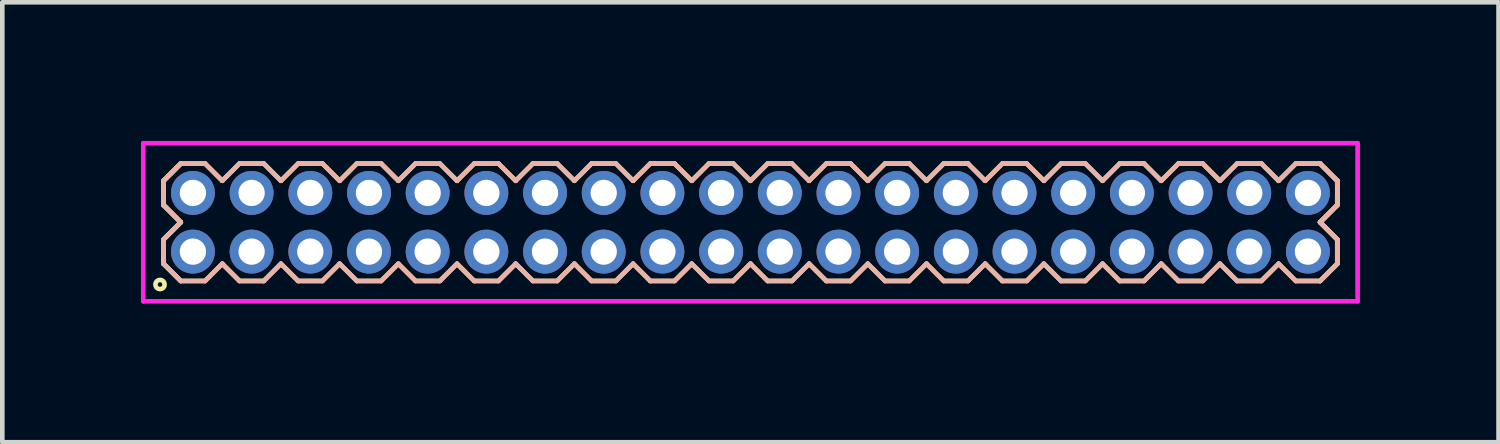
<source format=kicad_pcb>
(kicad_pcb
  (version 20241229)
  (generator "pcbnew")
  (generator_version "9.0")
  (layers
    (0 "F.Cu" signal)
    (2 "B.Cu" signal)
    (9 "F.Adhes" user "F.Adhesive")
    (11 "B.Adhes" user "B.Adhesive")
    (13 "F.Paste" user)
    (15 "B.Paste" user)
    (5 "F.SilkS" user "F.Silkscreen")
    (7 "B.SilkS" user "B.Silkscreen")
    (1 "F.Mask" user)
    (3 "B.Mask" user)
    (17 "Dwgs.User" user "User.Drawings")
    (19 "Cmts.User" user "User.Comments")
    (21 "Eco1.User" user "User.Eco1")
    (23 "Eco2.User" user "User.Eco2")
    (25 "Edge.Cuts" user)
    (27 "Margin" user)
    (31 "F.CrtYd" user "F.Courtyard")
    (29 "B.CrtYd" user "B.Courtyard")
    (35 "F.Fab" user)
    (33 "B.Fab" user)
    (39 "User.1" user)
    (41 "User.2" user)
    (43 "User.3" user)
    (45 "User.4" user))
  (footprint "HDR127P20x2"
    (layer "F.Cu")
    (at 13.19 1.76)
    (property "Reference" "HDR127P20x2" (at 0 0 0) (layer "User.1") (effects (font (size 1 1) (thickness 0.1))))
    (attr through_hole)
    (fp_line (start -12.7 -0.898) (end -12.328 -1.27) (stroke (width 0.1) (type solid)) (layer "F.SilkS"))
    (fp_line (start -12.7 -0.898) (end -12.328 -1.27) (stroke (width 0.1) (type solid)) (layer "F.SilkS"))
    (fp_line (start -12.7 -0.372) (end -12.7 -0.898) (stroke (width 0.1) (type solid)) (layer "F.SilkS"))
    (fp_line (start -12.7 -0.372) (end -12.7 -0.898) (stroke (width 0.1) (type solid)) (layer "F.SilkS"))
    (fp_line (start -12.7 0.372) (end -12.328 0) (stroke (width 0.1) (type solid)) (layer "F.SilkS"))
    (fp_line (start -12.7 0.372) (end -12.328 0) (stroke (width 0.1) (type solid)) (layer "F.SilkS"))
    (fp_line (start -12.7 0.898) (end -12.7 0.372) (stroke (width 0.1) (type solid)) (layer "F.SilkS"))
    (fp_line (start -12.7 0.898) (end -12.7 0.372) (stroke (width 0.1) (type solid)) (layer "F.SilkS"))
    (fp_line (start -12.328 -1.27) (end -11.802 -1.27) (stroke (width 0.1) (type solid)) (layer "F.SilkS"))
    (fp_line (start -12.328 0) (end -12.7 -0.372) (stroke (width 0.1) (type solid)) (layer "F.SilkS"))
    (fp_line (start -12.328 0) (end -12.7 -0.372) (stroke (width 0.1) (type solid)) (layer "F.SilkS"))
    (fp_line (start -12.328 1.27) (end -12.7 0.898) (stroke (width 0.1) (type solid)) (layer "F.SilkS"))
    (fp_line (start -12.328 1.27) (end -12.7 0.898) (stroke (width 0.1) (type solid)) (layer "F.SilkS"))
    (fp_line (start -11.802 -1.27) (end -11.43 -0.898) (stroke (width 0.1) (type solid)) (layer "F.SilkS"))
    (fp_line (start -11.802 1.27) (end -12.328 1.27) (stroke (width 0.1) (type solid)) (layer "F.SilkS"))
    (fp_line (start -11.43 -0.898) (end -11.058 -1.27) (stroke (width 0.1) (type solid)) (layer "F.SilkS"))
    (fp_line (start -11.43 0.898) (end -11.802 1.27) (stroke (width 0.1) (type solid)) (layer "F.SilkS"))
    (fp_line (start -11.058 -1.27) (end -10.532 -1.27) (stroke (width 0.1) (type solid)) (layer "F.SilkS"))
    (fp_line (start -11.058 1.27) (end -11.43 0.898) (stroke (width 0.1) (type solid)) (layer "F.SilkS"))
    (fp_line (start -10.532 -1.27) (end -10.16 -0.898) (stroke (width 0.1) (type solid)) (layer "F.SilkS"))
    (fp_line (start -10.532 1.27) (end -11.058 1.27) (stroke (width 0.1) (type solid)) (layer "F.SilkS"))
    (fp_line (start -10.16 -0.898) (end -9.788 -1.27) (stroke (width 0.1) (type solid)) (layer "F.SilkS"))
    (fp_line (start -10.16 0.898) (end -10.532 1.27) (stroke (width 0.1) (type solid)) (layer "F.SilkS"))
    (fp_line (start -9.788 -1.27) (end -9.262 -1.27) (stroke (width 0.1) (type solid)) (layer "F.SilkS"))
    (fp_line (start -9.788 1.27) (end -10.16 0.898) (stroke (width 0.1) (type solid)) (layer "F.SilkS"))
    (fp_line (start -9.262 -1.27) (end -8.89 -0.898) (stroke (width 0.1) (type solid)) (layer "F.SilkS"))
    (fp_line (start -9.262 1.27) (end -9.788 1.27) (stroke (width 0.1) (type solid)) (layer "F.SilkS"))
    (fp_line (start -8.89 -0.898) (end -8.518 -1.27) (stroke (width 0.1) (type solid)) (layer "F.SilkS"))
    (fp_line (start -8.89 0.898) (end -9.262 1.27) (stroke (width 0.1) (type solid)) (layer "F.SilkS"))
    (fp_line (start -8.518 -1.27) (end -7.992 -1.27) (stroke (width 0.1) (type solid)) (layer "F.SilkS"))
    (fp_line (start -8.518 1.27) (end -8.89 0.898) (stroke (width 0.1) (type solid)) (layer "F.SilkS"))
    (fp_line (start -7.992 -1.27) (end -7.62 -0.898) (stroke (width 0.1) (type solid)) (layer "F.SilkS"))
    (fp_line (start -7.992 1.27) (end -8.518 1.27) (stroke (width 0.1) (type solid)) (layer "F.SilkS"))
    (fp_line (start -7.62 -0.898) (end -7.248 -1.27) (stroke (width 0.1) (type solid)) (layer "F.SilkS"))
    (fp_line (start -7.62 0.898) (end -7.992 1.27) (stroke (width 0.1) (type solid)) (layer "F.SilkS"))
    (fp_line (start -7.248 -1.27) (end -6.722 -1.27) (stroke (width 0.1) (type solid)) (layer "F.SilkS"))
    (fp_line (start -7.248 1.27) (end -7.62 0.898) (stroke (width 0.1) (type solid)) (layer "F.SilkS"))
    (fp_line (start -6.722 -1.27) (end -6.35 -0.898) (stroke (width 0.1) (type solid)) (layer "F.SilkS"))
    (fp_line (start -6.722 1.27) (end -7.248 1.27) (stroke (width 0.1) (type solid)) (layer "F.SilkS"))
    (fp_line (start -6.35 -0.898) (end -5.978 -1.27) (stroke (width 0.1) (type solid)) (layer "F.SilkS"))
    (fp_line (start -6.35 0.898) (end -6.722 1.27) (stroke (width 0.1) (type solid)) (layer "F.SilkS"))
    (fp_line (start -5.978 -1.27) (end -5.452 -1.27) (stroke (width 0.1) (type solid)) (layer "F.SilkS"))
    (fp_line (start -5.978 1.27) (end -6.35 0.898) (stroke (width 0.1) (type solid)) (layer "F.SilkS"))
    (fp_line (start -5.452 -1.27) (end -5.08 -0.898) (stroke (width 0.1) (type solid)) (layer "F.SilkS"))
    (fp_line (start -5.452 1.27) (end -5.978 1.27) (stroke (width 0.1) (type solid)) (layer "F.SilkS"))
    (fp_line (start -5.08 -0.898) (end -4.708 -1.27) (stroke (width 0.1) (type solid)) (layer "F.SilkS"))
    (fp_line (start -5.08 0.898) (end -5.452 1.27) (stroke (width 0.1) (type solid)) (layer "F.SilkS"))
    (fp_line (start -4.708 -1.27) (end -4.182 -1.27) (stroke (width 0.1) (type solid)) (layer "F.SilkS"))
    (fp_line (start -4.708 1.27) (end -5.08 0.898) (stroke (width 0.1) (type solid)) (layer "F.SilkS"))
    (fp_line (start -4.182 -1.27) (end -3.81 -0.898) (stroke (width 0.1) (type solid)) (layer "F.SilkS"))
    (fp_line (start -4.182 1.27) (end -4.708 1.27) (stroke (width 0.1) (type solid)) (layer "F.SilkS"))
    (fp_line (start -3.81 -0.898) (end -3.438 -1.27) (stroke (width 0.1) (type solid)) (layer "F.SilkS"))
    (fp_line (start -3.81 0.898) (end -4.182 1.27) (stroke (width 0.1) (type solid)) (layer "F.SilkS"))
    (fp_line (start -3.438 -1.27) (end -2.912 -1.27) (stroke (width 0.1) (type solid)) (layer "F.SilkS"))
    (fp_line (start -3.438 1.27) (end -3.81 0.898) (stroke (width 0.1) (type solid)) (layer "F.SilkS"))
    (fp_line (start -2.912 -1.27) (end -2.54 -0.898) (stroke (width 0.1) (type solid)) (layer "F.SilkS"))
    (fp_line (start -2.912 1.27) (end -3.438 1.27) (stroke (width 0.1) (type solid)) (layer "F.SilkS"))
    (fp_line (start -2.54 -0.898) (end -2.168 -1.27) (stroke (width 0.1) (type solid)) (layer "F.SilkS"))
    (fp_line (start -2.54 0.898) (end -2.912 1.27) (stroke (width 0.1) (type solid)) (layer "F.SilkS"))
    (fp_line (start -2.168 -1.27) (end -1.642 -1.27) (stroke (width 0.1) (type solid)) (layer "F.SilkS"))
    (fp_line (start -2.168 1.27) (end -2.54 0.898) (stroke (width 0.1) (type solid)) (layer "F.SilkS"))
    (fp_line (start -1.642 -1.27) (end -1.27 -0.898) (stroke (width 0.1) (type solid)) (layer "F.SilkS"))
    (fp_line (start -1.642 1.27) (end -2.168 1.27) (stroke (width 0.1) (type solid)) (layer "F.SilkS"))
    (fp_line (start -1.27 -0.898) (end -0.898 -1.27) (stroke (width 0.1) (type solid)) (layer "F.SilkS"))
    (fp_line (start -1.27 0.898) (end -1.642 1.27) (stroke (width 0.1) (type solid)) (layer "F.SilkS"))
    (fp_line (start -0.898 -1.27) (end -0.372 -1.27) (stroke (width 0.1) (type solid)) (layer "F.SilkS"))
    (fp_line (start -0.898 1.27) (end -1.27 0.898) (stroke (width 0.1) (type solid)) (layer "F.SilkS"))
    (fp_line (start -0.372 -1.27) (end 0 -0.898) (stroke (width 0.1) (type solid)) (layer "F.SilkS"))
    (fp_line (start -0.372 1.27) (end -0.898 1.27) (stroke (width 0.1) (type solid)) (layer "F.SilkS"))
    (fp_line (start 0 -0.898) (end 0.372 -1.27) (stroke (width 0.1) (type solid)) (layer "F.SilkS"))
    (fp_line (start 0 0.898) (end -0.372 1.27) (stroke (width 0.1) (type solid)) (layer "F.SilkS"))
    (fp_line (start 0.372 -1.27) (end 0.898 -1.27) (stroke (width 0.1) (type solid)) (layer "F.SilkS"))
    (fp_line (start 0.372 1.27) (end 0 0.898) (stroke (width 0.1) (type solid)) (layer "F.SilkS"))
    (fp_line (start 0.898 -1.27) (end 1.27 -0.898) (stroke (width 0.1) (type solid)) (layer "F.SilkS"))
    (fp_line (start 0.898 1.27) (end 0.372 1.27) (stroke (width 0.1) (type solid)) (layer "F.SilkS"))
    (fp_line (start 1.27 -0.898) (end 1.642 -1.27) (stroke (width 0.1) (type solid)) (layer "F.SilkS"))
    (fp_line (start 1.27 0.898) (end 0.898 1.27) (stroke (width 0.1) (type solid)) (layer "F.SilkS"))
    (fp_line (start 1.642 -1.27) (end 2.168 -1.27) (stroke (width 0.1) (type solid)) (layer "F.SilkS"))
    (fp_line (start 1.642 1.27) (end 1.27 0.898) (stroke (width 0.1) (type solid)) (layer "F.SilkS"))
    (fp_line (start 2.168 -1.27) (end 2.54 -0.898) (stroke (width 0.1) (type solid)) (layer "F.SilkS"))
    (fp_line (start 2.168 1.27) (end 1.642 1.27) (stroke (width 0.1) (type solid)) (layer "F.SilkS"))
    (fp_line (start 2.54 -0.898) (end 2.912 -1.27) (stroke (width 0.1) (type solid)) (layer "F.SilkS"))
    (fp_line (start 2.54 0.898) (end 2.168 1.27) (stroke (width 0.1) (type solid)) (layer "F.SilkS"))
    (fp_line (start 2.912 -1.27) (end 3.438 -1.27) (stroke (width 0.1) (type solid)) (layer "F.SilkS"))
    (fp_line (start 2.912 1.27) (end 2.54 0.898) (stroke (width 0.1) (type solid)) (layer "F.SilkS"))
    (fp_line (start 3.438 -1.27) (end 3.81 -0.898) (stroke (width 0.1) (type solid)) (layer "F.SilkS"))
    (fp_line (start 3.438 1.27) (end 2.912 1.27) (stroke (width 0.1) (type solid)) (layer "F.SilkS"))
    (fp_line (start 3.81 -0.898) (end 4.182 -1.27) (stroke (width 0.1) (type solid)) (layer "F.SilkS"))
    (fp_line (start 3.81 0.898) (end 3.438 1.27) (stroke (width 0.1) (type solid)) (layer "F.SilkS"))
    (fp_line (start 4.182 -1.27) (end 4.708 -1.27) (stroke (width 0.1) (type solid)) (layer "F.SilkS"))
    (fp_line (start 4.182 1.27) (end 3.81 0.898) (stroke (width 0.1) (type solid)) (layer "F.SilkS"))
    (fp_line (start 4.708 -1.27) (end 5.08 -0.898) (stroke (width 0.1) (type solid)) (layer "F.SilkS"))
    (fp_line (start 4.708 1.27) (end 4.182 1.27) (stroke (width 0.1) (type solid)) (layer "F.SilkS"))
    (fp_line (start 5.08 -0.898) (end 5.452 -1.27) (stroke (width 0.1) (type solid)) (layer "F.SilkS"))
    (fp_line (start 5.08 0.898) (end 4.708 1.27) (stroke (width 0.1) (type solid)) (layer "F.SilkS"))
    (fp_line (start 5.452 -1.27) (end 5.978 -1.27) (stroke (width 0.1) (type solid)) (layer "F.SilkS"))
    (fp_line (start 5.452 1.27) (end 5.08 0.898) (stroke (width 0.1) (type solid)) (layer "F.SilkS"))
    (fp_line (start 5.978 -1.27) (end 6.35 -0.898) (stroke (width 0.1) (type solid)) (layer "F.SilkS"))
    (fp_line (start 5.978 1.27) (end 5.452 1.27) (stroke (width 0.1) (type solid)) (layer "F.SilkS"))
    (fp_line (start 6.35 -0.898) (end 6.722 -1.27) (stroke (width 0.1) (type solid)) (layer "F.SilkS"))
    (fp_line (start 6.35 0.898) (end 5.978 1.27) (stroke (width 0.1) (type solid)) (layer "F.SilkS"))
    (fp_line (start 6.722 -1.27) (end 7.248 -1.27) (stroke (width 0.1) (type solid)) (layer "F.SilkS"))
    (fp_line (start 6.722 1.27) (end 6.35 0.898) (stroke (width 0.1) (type solid)) (layer "F.SilkS"))
    (fp_line (start 7.248 -1.27) (end 7.62 -0.898) (stroke (width 0.1) (type solid)) (layer "F.SilkS"))
    (fp_line (start 7.248 1.27) (end 6.722 1.27) (stroke (width 0.1) (type solid)) (layer "F.SilkS"))
    (fp_line (start 7.62 -0.898) (end 7.992 -1.27) (stroke (width 0.1) (type solid)) (layer "F.SilkS"))
    (fp_line (start 7.62 0.898) (end 7.248 1.27) (stroke (width 0.1) (type solid)) (layer "F.SilkS"))
    (fp_line (start 7.992 -1.27) (end 8.518 -1.27) (stroke (width 0.1) (type solid)) (layer "F.SilkS"))
    (fp_line (start 7.992 1.27) (end 7.62 0.898) (stroke (width 0.1) (type solid)) (layer "F.SilkS"))
    (fp_line (start 8.518 -1.27) (end 8.89 -0.898) (stroke (width 0.1) (type solid)) (layer "F.SilkS"))
    (fp_line (start 8.518 1.27) (end 7.992 1.27) (stroke (width 0.1) (type solid)) (layer "F.SilkS"))
    (fp_line (start 8.89 -0.898) (end 9.262 -1.27) (stroke (width 0.1) (type solid)) (layer "F.SilkS"))
    (fp_line (start 8.89 0.898) (end 8.518 1.27) (stroke (width 0.1) (type solid)) (layer "F.SilkS"))
    (fp_line (start 9.262 -1.27) (end 9.788 -1.27) (stroke (width 0.1) (type solid)) (layer "F.SilkS"))
    (fp_line (start 9.262 1.27) (end 8.89 0.898) (stroke (width 0.1) (type solid)) (layer "F.SilkS"))
    (fp_line (start 9.788 -1.27) (end 10.16 -0.898) (stroke (width 0.1) (type solid)) (layer "F.SilkS"))
    (fp_line (start 9.788 1.27) (end 9.262 1.27) (stroke (width 0.1) (type solid)) (layer "F.SilkS"))
    (fp_line (start 10.16 -0.898) (end 10.532 -1.27) (stroke (width 0.1) (type solid)) (layer "F.SilkS"))
    (fp_line (start 10.16 0.898) (end 9.788 1.27) (stroke (width 0.1) (type solid)) (layer "F.SilkS"))
    (fp_line (start 10.532 -1.27) (end 11.058 -1.27) (stroke (width 0.1) (type solid)) (layer "F.SilkS"))
    (fp_line (start 10.532 1.27) (end 10.16 0.898) (stroke (width 0.1) (type solid)) (layer "F.SilkS"))
    (fp_line (start 11.058 -1.27) (end 11.43 -0.898) (stroke (width 0.1) (type solid)) (layer "F.SilkS"))
    (fp_line (start 11.058 1.27) (end 10.532 1.27) (stroke (width 0.1) (type solid)) (layer "F.SilkS"))
    (fp_line (start 11.43 -0.898) (end 11.802 -1.27) (stroke (width 0.1) (type solid)) (layer "F.SilkS"))
    (fp_line (start 11.43 0.898) (end 11.058 1.27) (stroke (width 0.1) (type solid)) (layer "F.SilkS"))
    (fp_line (start 11.802 -1.27) (end 12.328 -1.27) (stroke (width 0.1) (type solid)) (layer "F.SilkS"))
    (fp_line (start 11.802 1.27) (end 11.43 0.898) (stroke (width 0.1) (type solid)) (layer "F.SilkS"))
    (fp_line (start 12.328 -1.27) (end 12.7 -0.898) (stroke (width 0.1) (type solid)) (layer "F.SilkS"))
    (fp_line (start 12.328 -1.27) (end 12.7 -0.898) (stroke (width 0.1) (type solid)) (layer "F.SilkS"))
    (fp_line (start 12.328 0) (end 12.7 0.372) (stroke (width 0.1) (type solid)) (layer "F.SilkS"))
    (fp_line (start 12.328 0) (end 12.7 0.372) (stroke (width 0.1) (type solid)) (layer "F.SilkS"))
    (fp_line (start 12.328 1.27) (end 11.802 1.27) (stroke (width 0.1) (type solid)) (layer "F.SilkS"))
    (fp_line (start 12.7 -0.898) (end 12.7 -0.372) (stroke (width 0.1) (type solid)) (layer "F.SilkS"))
    (fp_line (start 12.7 -0.898) (end 12.7 -0.372) (stroke (width 0.1) (type solid)) (layer "F.SilkS"))
    (fp_line (start 12.7 -0.372) (end 12.328 0) (stroke (width 0.1) (type solid)) (layer "F.SilkS"))
    (fp_line (start 12.7 -0.372) (end 12.328 0) (stroke (width 0.1) (type solid)) (layer "F.SilkS"))
    (fp_line (start 12.7 0.372) (end 12.7 0.898) (stroke (width 0.1) (type solid)) (layer "F.SilkS"))
    (fp_line (start 12.7 0.372) (end 12.7 0.898) (stroke (width 0.1) (type solid)) (layer "F.SilkS"))
    (fp_line (start 12.7 0.898) (end 12.328 1.27) (stroke (width 0.1) (type solid)) (layer "F.SilkS"))
    (fp_line (start 12.7 0.898) (end 12.328 1.27) (stroke (width 0.1) (type solid)) (layer "F.SilkS"))
    (fp_circle (center -12.777 1.347) (end -12.678 1.347) (stroke (width 0.1) (type solid)) (fill no) (layer "F.SilkS"))
    (fp_line (start -12.7 -0.898) (end -12.328 -1.27) (stroke (width 0.1) (type solid)) (layer "B.SilkS"))
    (fp_line (start -12.7 -0.898) (end -12.328 -1.27) (stroke (width 0.1) (type solid)) (layer "B.SilkS"))
    (fp_line (start -12.7 -0.372) (end -12.7 -0.898) (stroke (width 0.1) (type solid)) (layer "B.SilkS"))
    (fp_line (start -12.7 -0.372) (end -12.7 -0.898) (stroke (width 0.1) (type solid)) (layer "B.SilkS"))
    (fp_line (start -12.7 0.372) (end -12.328 0) (stroke (width 0.1) (type solid)) (layer "B.SilkS"))
    (fp_line (start -12.7 0.372) (end -12.328 0) (stroke (width 0.1) (type solid)) (layer "B.SilkS"))
    (fp_line (start -12.7 0.898) (end -12.7 0.372) (stroke (width 0.1) (type solid)) (layer "B.SilkS"))
    (fp_line (start -12.7 0.898) (end -12.7 0.372) (stroke (width 0.1) (type solid)) (layer "B.SilkS"))
    (fp_line (start -12.328 -1.27) (end -11.802 -1.27) (stroke (width 0.1) (type solid)) (layer "B.SilkS"))
    (fp_line (start -12.328 0) (end -12.7 -0.372) (stroke (width 0.1) (type solid)) (layer "B.SilkS"))
    (fp_line (start -12.328 0) (end -12.7 -0.372) (stroke (width 0.1) (type solid)) (layer "B.SilkS"))
    (fp_line (start -12.328 1.27) (end -12.7 0.898) (stroke (width 0.1) (type solid)) (layer "B.SilkS"))
    (fp_line (start -12.328 1.27) (end -12.7 0.898) (stroke (width 0.1) (type solid)) (layer "B.SilkS"))
    (fp_line (start -11.802 -1.27) (end -11.43 -0.898) (stroke (width 0.1) (type solid)) (layer "B.SilkS"))
    (fp_line (start -11.802 1.27) (end -12.328 1.27) (stroke (width 0.1) (type solid)) (layer "B.SilkS"))
    (fp_line (start -11.43 -0.898) (end -11.058 -1.27) (stroke (width 0.1) (type solid)) (layer "B.SilkS"))
    (fp_line (start -11.43 0.898) (end -11.802 1.27) (stroke (width 0.1) (type solid)) (layer "B.SilkS"))
    (fp_line (start -11.058 -1.27) (end -10.532 -1.27) (stroke (width 0.1) (type solid)) (layer "B.SilkS"))
    (fp_line (start -11.058 1.27) (end -11.43 0.898) (stroke (width 0.1) (type solid)) (layer "B.SilkS"))
    (fp_line (start -10.532 -1.27) (end -10.16 -0.898) (stroke (width 0.1) (type solid)) (layer "B.SilkS"))
    (fp_line (start -10.532 1.27) (end -11.058 1.27) (stroke (width 0.1) (type solid)) (layer "B.SilkS"))
    (fp_line (start -10.16 -0.898) (end -9.788 -1.27) (stroke (width 0.1) (type solid)) (layer "B.SilkS"))
    (fp_line (start -10.16 0.898) (end -10.532 1.27) (stroke (width 0.1) (type solid)) (layer "B.SilkS"))
    (fp_line (start -9.788 -1.27) (end -9.262 -1.27) (stroke (width 0.1) (type solid)) (layer "B.SilkS"))
    (fp_line (start -9.788 1.27) (end -10.16 0.898) (stroke (width 0.1) (type solid)) (layer "B.SilkS"))
    (fp_line (start -9.262 -1.27) (end -8.89 -0.898) (stroke (width 0.1) (type solid)) (layer "B.SilkS"))
    (fp_line (start -9.262 1.27) (end -9.788 1.27) (stroke (width 0.1) (type solid)) (layer "B.SilkS"))
    (fp_line (start -8.89 -0.898) (end -8.518 -1.27) (stroke (width 0.1) (type solid)) (layer "B.SilkS"))
    (fp_line (start -8.89 0.898) (end -9.262 1.27) (stroke (width 0.1) (type solid)) (layer "B.SilkS"))
    (fp_line (start -8.518 -1.27) (end -7.992 -1.27) (stroke (width 0.1) (type solid)) (layer "B.SilkS"))
    (fp_line (start -8.518 1.27) (end -8.89 0.898) (stroke (width 0.1) (type solid)) (layer "B.SilkS"))
    (fp_line (start -7.992 -1.27) (end -7.62 -0.898) (stroke (width 0.1) (type solid)) (layer "B.SilkS"))
    (fp_line (start -7.992 1.27) (end -8.518 1.27) (stroke (width 0.1) (type solid)) (layer "B.SilkS"))
    (fp_line (start -7.62 -0.898) (end -7.248 -1.27) (stroke (width 0.1) (type solid)) (layer "B.SilkS"))
    (fp_line (start -7.62 0.898) (end -7.992 1.27) (stroke (width 0.1) (type solid)) (layer "B.SilkS"))
    (fp_line (start -7.248 -1.27) (end -6.722 -1.27) (stroke (width 0.1) (type solid)) (layer "B.SilkS"))
    (fp_line (start -7.248 1.27) (end -7.62 0.898) (stroke (width 0.1) (type solid)) (layer "B.SilkS"))
    (fp_line (start -6.722 -1.27) (end -6.35 -0.898) (stroke (width 0.1) (type solid)) (layer "B.SilkS"))
    (fp_line (start -6.722 1.27) (end -7.248 1.27) (stroke (width 0.1) (type solid)) (layer "B.SilkS"))
    (fp_line (start -6.35 -0.898) (end -5.978 -1.27) (stroke (width 0.1) (type solid)) (layer "B.SilkS"))
    (fp_line (start -6.35 0.898) (end -6.722 1.27) (stroke (width 0.1) (type solid)) (layer "B.SilkS"))
    (fp_line (start -5.978 -1.27) (end -5.452 -1.27) (stroke (width 0.1) (type solid)) (layer "B.SilkS"))
    (fp_line (start -5.978 1.27) (end -6.35 0.898) (stroke (width 0.1) (type solid)) (layer "B.SilkS"))
    (fp_line (start -5.452 -1.27) (end -5.08 -0.898) (stroke (width 0.1) (type solid)) (layer "B.SilkS"))
    (fp_line (start -5.452 1.27) (end -5.978 1.27) (stroke (width 0.1) (type solid)) (layer "B.SilkS"))
    (fp_line (start -5.08 -0.898) (end -4.708 -1.27) (stroke (width 0.1) (type solid)) (layer "B.SilkS"))
    (fp_line (start -5.08 0.898) (end -5.452 1.27) (stroke (width 0.1) (type solid)) (layer "B.SilkS"))
    (fp_line (start -4.708 -1.27) (end -4.182 -1.27) (stroke (width 0.1) (type solid)) (layer "B.SilkS"))
    (fp_line (start -4.708 1.27) (end -5.08 0.898) (stroke (width 0.1) (type solid)) (layer "B.SilkS"))
    (fp_line (start -4.182 -1.27) (end -3.81 -0.898) (stroke (width 0.1) (type solid)) (layer "B.SilkS"))
    (fp_line (start -4.182 1.27) (end -4.708 1.27) (stroke (width 0.1) (type solid)) (layer "B.SilkS"))
    (fp_line (start -3.81 -0.898) (end -3.438 -1.27) (stroke (width 0.1) (type solid)) (layer "B.SilkS"))
    (fp_line (start -3.81 0.898) (end -4.182 1.27) (stroke (width 0.1) (type solid)) (layer "B.SilkS"))
    (fp_line (start -3.438 -1.27) (end -2.912 -1.27) (stroke (width 0.1) (type solid)) (layer "B.SilkS"))
    (fp_line (start -3.438 1.27) (end -3.81 0.898) (stroke (width 0.1) (type solid)) (layer "B.SilkS"))
    (fp_line (start -2.912 -1.27) (end -2.54 -0.898) (stroke (width 0.1) (type solid)) (layer "B.SilkS"))
    (fp_line (start -2.912 1.27) (end -3.438 1.27) (stroke (width 0.1) (type solid)) (layer "B.SilkS"))
    (fp_line (start -2.54 -0.898) (end -2.168 -1.27) (stroke (width 0.1) (type solid)) (layer "B.SilkS"))
    (fp_line (start -2.54 0.898) (end -2.912 1.27) (stroke (width 0.1) (type solid)) (layer "B.SilkS"))
    (fp_line (start -2.168 -1.27) (end -1.642 -1.27) (stroke (width 0.1) (type solid)) (layer "B.SilkS"))
    (fp_line (start -2.168 1.27) (end -2.54 0.898) (stroke (width 0.1) (type solid)) (layer "B.SilkS"))
    (fp_line (start -1.642 -1.27) (end -1.27 -0.898) (stroke (width 0.1) (type solid)) (layer "B.SilkS"))
    (fp_line (start -1.642 1.27) (end -2.168 1.27) (stroke (width 0.1) (type solid)) (layer "B.SilkS"))
    (fp_line (start -1.27 -0.898) (end -0.898 -1.27) (stroke (width 0.1) (type solid)) (layer "B.SilkS"))
    (fp_line (start -1.27 0.898) (end -1.642 1.27) (stroke (width 0.1) (type solid)) (layer "B.SilkS"))
    (fp_line (start -0.898 -1.27) (end -0.372 -1.27) (stroke (width 0.1) (type solid)) (layer "B.SilkS"))
    (fp_line (start -0.898 1.27) (end -1.27 0.898) (stroke (width 0.1) (type solid)) (layer "B.SilkS"))
    (fp_line (start -0.372 -1.27) (end 0 -0.898) (stroke (width 0.1) (type solid)) (layer "B.SilkS"))
    (fp_line (start -0.372 1.27) (end -0.898 1.27) (stroke (width 0.1) (type solid)) (layer "B.SilkS"))
    (fp_line (start 0 -0.898) (end 0.372 -1.27) (stroke (width 0.1) (type solid)) (layer "B.SilkS"))
    (fp_line (start 0 0.898) (end -0.372 1.27) (stroke (width 0.1) (type solid)) (layer "B.SilkS"))
    (fp_line (start 0.372 -1.27) (end 0.898 -1.27) (stroke (width 0.1) (type solid)) (layer "B.SilkS"))
    (fp_line (start 0.372 1.27) (end 0 0.898) (stroke (width 0.1) (type solid)) (layer "B.SilkS"))
    (fp_line (start 0.898 -1.27) (end 1.27 -0.898) (stroke (width 0.1) (type solid)) (layer "B.SilkS"))
    (fp_line (start 0.898 1.27) (end 0.372 1.27) (stroke (width 0.1) (type solid)) (layer "B.SilkS"))
    (fp_line (start 1.27 -0.898) (end 1.642 -1.27) (stroke (width 0.1) (type solid)) (layer "B.SilkS"))
    (fp_line (start 1.27 0.898) (end 0.898 1.27) (stroke (width 0.1) (type solid)) (layer "B.SilkS"))
    (fp_line (start 1.642 -1.27) (end 2.168 -1.27) (stroke (width 0.1) (type solid)) (layer "B.SilkS"))
    (fp_line (start 1.642 1.27) (end 1.27 0.898) (stroke (width 0.1) (type solid)) (layer "B.SilkS"))
    (fp_line (start 2.168 -1.27) (end 2.54 -0.898) (stroke (width 0.1) (type solid)) (layer "B.SilkS"))
    (fp_line (start 2.168 1.27) (end 1.642 1.27) (stroke (width 0.1) (type solid)) (layer "B.SilkS"))
    (fp_line (start 2.54 -0.898) (end 2.912 -1.27) (stroke (width 0.1) (type solid)) (layer "B.SilkS"))
    (fp_line (start 2.54 0.898) (end 2.168 1.27) (stroke (width 0.1) (type solid)) (layer "B.SilkS"))
    (fp_line (start 2.912 -1.27) (end 3.438 -1.27) (stroke (width 0.1) (type solid)) (layer "B.SilkS"))
    (fp_line (start 2.912 1.27) (end 2.54 0.898) (stroke (width 0.1) (type solid)) (layer "B.SilkS"))
    (fp_line (start 3.438 -1.27) (end 3.81 -0.898) (stroke (width 0.1) (type solid)) (layer "B.SilkS"))
    (fp_line (start 3.438 1.27) (end 2.912 1.27) (stroke (width 0.1) (type solid)) (layer "B.SilkS"))
    (fp_line (start 3.81 -0.898) (end 4.182 -1.27) (stroke (width 0.1) (type solid)) (layer "B.SilkS"))
    (fp_line (start 3.81 0.898) (end 3.438 1.27) (stroke (width 0.1) (type solid)) (layer "B.SilkS"))
    (fp_line (start 4.182 -1.27) (end 4.708 -1.27) (stroke (width 0.1) (type solid)) (layer "B.SilkS"))
    (fp_line (start 4.182 1.27) (end 3.81 0.898) (stroke (width 0.1) (type solid)) (layer "B.SilkS"))
    (fp_line (start 4.708 -1.27) (end 5.08 -0.898) (stroke (width 0.1) (type solid)) (layer "B.SilkS"))
    (fp_line (start 4.708 1.27) (end 4.182 1.27) (stroke (width 0.1) (type solid)) (layer "B.SilkS"))
    (fp_line (start 5.08 -0.898) (end 5.452 -1.27) (stroke (width 0.1) (type solid)) (layer "B.SilkS"))
    (fp_line (start 5.08 0.898) (end 4.708 1.27) (stroke (width 0.1) (type solid)) (layer "B.SilkS"))
    (fp_line (start 5.452 -1.27) (end 5.978 -1.27) (stroke (width 0.1) (type solid)) (layer "B.SilkS"))
    (fp_line (start 5.452 1.27) (end 5.08 0.898) (stroke (width 0.1) (type solid)) (layer "B.SilkS"))
    (fp_line (start 5.978 -1.27) (end 6.35 -0.898) (stroke (width 0.1) (type solid)) (layer "B.SilkS"))
    (fp_line (start 5.978 1.27) (end 5.452 1.27) (stroke (width 0.1) (type solid)) (layer "B.SilkS"))
    (fp_line (start 6.35 -0.898) (end 6.722 -1.27) (stroke (width 0.1) (type solid)) (layer "B.SilkS"))
    (fp_line (start 6.35 0.898) (end 5.978 1.27) (stroke (width 0.1) (type solid)) (layer "B.SilkS"))
    (fp_line (start 6.722 -1.27) (end 7.248 -1.27) (stroke (width 0.1) (type solid)) (layer "B.SilkS"))
    (fp_line (start 6.722 1.27) (end 6.35 0.898) (stroke (width 0.1) (type solid)) (layer "B.SilkS"))
    (fp_line (start 7.248 -1.27) (end 7.62 -0.898) (stroke (width 0.1) (type solid)) (layer "B.SilkS"))
    (fp_line (start 7.248 1.27) (end 6.722 1.27) (stroke (width 0.1) (type solid)) (layer "B.SilkS"))
    (fp_line (start 7.62 -0.898) (end 7.992 -1.27) (stroke (width 0.1) (type solid)) (layer "B.SilkS"))
    (fp_line (start 7.62 0.898) (end 7.248 1.27) (stroke (width 0.1) (type solid)) (layer "B.SilkS"))
    (fp_line (start 7.992 -1.27) (end 8.518 -1.27) (stroke (width 0.1) (type solid)) (layer "B.SilkS"))
    (fp_line (start 7.992 1.27) (end 7.62 0.898) (stroke (width 0.1) (type solid)) (layer "B.SilkS"))
    (fp_line (start 8.518 -1.27) (end 8.89 -0.898) (stroke (width 0.1) (type solid)) (layer "B.SilkS"))
    (fp_line (start 8.518 1.27) (end 7.992 1.27) (stroke (width 0.1) (type solid)) (layer "B.SilkS"))
    (fp_line (start 8.89 -0.898) (end 9.262 -1.27) (stroke (width 0.1) (type solid)) (layer "B.SilkS"))
    (fp_line (start 8.89 0.898) (end 8.518 1.27) (stroke (width 0.1) (type solid)) (layer "B.SilkS"))
    (fp_line (start 9.262 -1.27) (end 9.788 -1.27) (stroke (width 0.1) (type solid)) (layer "B.SilkS"))
    (fp_line (start 9.262 1.27) (end 8.89 0.898) (stroke (width 0.1) (type solid)) (layer "B.SilkS"))
    (fp_line (start 9.788 -1.27) (end 10.16 -0.898) (stroke (width 0.1) (type solid)) (layer "B.SilkS"))
    (fp_line (start 9.788 1.27) (end 9.262 1.27) (stroke (width 0.1) (type solid)) (layer "B.SilkS"))
    (fp_line (start 10.16 -0.898) (end 10.532 -1.27) (stroke (width 0.1) (type solid)) (layer "B.SilkS"))
    (fp_line (start 10.16 0.898) (end 9.788 1.27) (stroke (width 0.1) (type solid)) (layer "B.SilkS"))
    (fp_line (start 10.532 -1.27) (end 11.058 -1.27) (stroke (width 0.1) (type solid)) (layer "B.SilkS"))
    (fp_line (start 10.532 1.27) (end 10.16 0.898) (stroke (width 0.1) (type solid)) (layer "B.SilkS"))
    (fp_line (start 11.058 -1.27) (end 11.43 -0.898) (stroke (width 0.1) (type solid)) (layer "B.SilkS"))
    (fp_line (start 11.058 1.27) (end 10.532 1.27) (stroke (width 0.1) (type solid)) (layer "B.SilkS"))
    (fp_line (start 11.43 -0.898) (end 11.802 -1.27) (stroke (width 0.1) (type solid)) (layer "B.SilkS"))
    (fp_line (start 11.43 0.898) (end 11.058 1.27) (stroke (width 0.1) (type solid)) (layer "B.SilkS"))
    (fp_line (start 11.802 -1.27) (end 12.328 -1.27) (stroke (width 0.1) (type solid)) (layer "B.SilkS"))
    (fp_line (start 11.802 1.27) (end 11.43 0.898) (stroke (width 0.1) (type solid)) (layer "B.SilkS"))
    (fp_line (start 12.328 -1.27) (end 12.7 -0.898) (stroke (width 0.1) (type solid)) (layer "B.SilkS"))
    (fp_line (start 12.328 -1.27) (end 12.7 -0.898) (stroke (width 0.1) (type solid)) (layer "B.SilkS"))
    (fp_line (start 12.328 0) (end 12.7 0.372) (stroke (width 0.1) (type solid)) (layer "B.SilkS"))
    (fp_line (start 12.328 0) (end 12.7 0.372) (stroke (width 0.1) (type solid)) (layer "B.SilkS"))
    (fp_line (start 12.328 1.27) (end 11.802 1.27) (stroke (width 0.1) (type solid)) (layer "B.SilkS"))
    (fp_line (start 12.7 -0.898) (end 12.7 -0.372) (stroke (width 0.1) (type solid)) (layer "B.SilkS"))
    (fp_line (start 12.7 -0.898) (end 12.7 -0.372) (stroke (width 0.1) (type solid)) (layer "B.SilkS"))
    (fp_line (start 12.7 -0.372) (end 12.328 0) (stroke (width 0.1) (type solid)) (layer "B.SilkS"))
    (fp_line (start 12.7 -0.372) (end 12.328 0) (stroke (width 0.1) (type solid)) (layer "B.SilkS"))
    (fp_line (start 12.7 0.372) (end 12.7 0.898) (stroke (width 0.1) (type solid)) (layer "B.SilkS"))
    (fp_line (start 12.7 0.372) (end 12.7 0.898) (stroke (width 0.1) (type solid)) (layer "B.SilkS"))
    (fp_line (start 12.7 0.898) (end 12.328 1.27) (stroke (width 0.1) (type solid)) (layer "B.SilkS"))
    (fp_line (start 12.7 0.898) (end 12.328 1.27) (stroke (width 0.1) (type solid)) (layer "B.SilkS"))
    (fp_line (start -13.14 -1.71) (end -13.14 1.71) (stroke (width 0.1) (type solid)) (layer "F.CrtYd"))
    (fp_line (start -13.14 1.71) (end 13.14 1.71) (stroke (width 0.1) (type solid)) (layer "F.CrtYd"))
    (fp_line (start 13.14 -1.71) (end -13.14 -1.71) (stroke (width 0.1) (type solid)) (layer "F.CrtYd"))
    (fp_line (start 13.14 1.71) (end 13.14 -1.71) (stroke (width 0.1) (type solid)) (layer "F.CrtYd"))
    (pad "1" thru_hole oval (at -12.065 0.635) (size 0.95 0.95) (drill 0.57) (layers "*.Cu" "*.Mask"))
    (pad "2" thru_hole oval (at -12.065 -0.635) (size 0.95 0.95) (drill 0.57) (layers "*.Cu" "*.Mask"))
    (pad "3" thru_hole oval (at -10.795 0.635) (size 0.95 0.95) (drill 0.57) (layers "*.Cu" "*.Mask"))
    (pad "4" thru_hole oval (at -10.795 -0.635) (size 0.95 0.95) (drill 0.57) (layers "*.Cu" "*.Mask"))
    (pad "5" thru_hole oval (at -9.525 0.635) (size 0.95 0.95) (drill 0.57) (layers "*.Cu" "*.Mask"))
    (pad "6" thru_hole oval (at -9.525 -0.635) (size 0.95 0.95) (drill 0.57) (layers "*.Cu" "*.Mask"))
    (pad "7" thru_hole oval (at -8.255 0.635) (size 0.95 0.95) (drill 0.57) (layers "*.Cu" "*.Mask"))
    (pad "8" thru_hole oval (at -8.255 -0.635) (size 0.95 0.95) (drill 0.57) (layers "*.Cu" "*.Mask"))
    (pad "9" thru_hole oval (at -6.985 0.635) (size 0.95 0.95) (drill 0.57) (layers "*.Cu" "*.Mask"))
    (pad "10" thru_hole oval (at -6.985 -0.635) (size 0.95 0.95) (drill 0.57) (layers "*.Cu" "*.Mask"))
    (pad "11" thru_hole oval (at -5.715 0.635) (size 0.95 0.95) (drill 0.57) (layers "*.Cu" "*.Mask"))
    (pad "12" thru_hole oval (at -5.715 -0.635) (size 0.95 0.95) (drill 0.57) (layers "*.Cu" "*.Mask"))
    (pad "13" thru_hole oval (at -4.445 0.635) (size 0.95 0.95) (drill 0.57) (layers "*.Cu" "*.Mask"))
    (pad "14" thru_hole oval (at -4.445 -0.635) (size 0.95 0.95) (drill 0.57) (layers "*.Cu" "*.Mask"))
    (pad "15" thru_hole oval (at -3.175 0.635) (size 0.95 0.95) (drill 0.57) (layers "*.Cu" "*.Mask"))
    (pad "16" thru_hole oval (at -3.175 -0.635) (size 0.95 0.95) (drill 0.57) (layers "*.Cu" "*.Mask"))
    (pad "17" thru_hole oval (at -1.905 0.635) (size 0.95 0.95) (drill 0.57) (layers "*.Cu" "*.Mask"))
    (pad "18" thru_hole oval (at -1.905 -0.635) (size 0.95 0.95) (drill 0.57) (layers "*.Cu" "*.Mask"))
    (pad "19" thru_hole oval (at -0.635 0.635) (size 0.95 0.95) (drill 0.57) (layers "*.Cu" "*.Mask"))
    (pad "20" thru_hole oval (at -0.635 -0.635) (size 0.95 0.95) (drill 0.57) (layers "*.Cu" "*.Mask"))
    (pad "21" thru_hole oval (at 0.635 0.635) (size 0.95 0.95) (drill 0.57) (layers "*.Cu" "*.Mask"))
    (pad "22" thru_hole oval (at 0.635 -0.635) (size 0.95 0.95) (drill 0.57) (layers "*.Cu" "*.Mask"))
    (pad "23" thru_hole oval (at 1.905 0.635) (size 0.95 0.95) (drill 0.57) (layers "*.Cu" "*.Mask"))
    (pad "24" thru_hole oval (at 1.905 -0.635) (size 0.95 0.95) (drill 0.57) (layers "*.Cu" "*.Mask"))
    (pad "25" thru_hole oval (at 3.175 0.635) (size 0.95 0.95) (drill 0.57) (layers "*.Cu" "*.Mask"))
    (pad "26" thru_hole oval (at 3.175 -0.635) (size 0.95 0.95) (drill 0.57) (layers "*.Cu" "*.Mask"))
    (pad "27" thru_hole oval (at 4.445 0.635) (size 0.95 0.95) (drill 0.57) (layers "*.Cu" "*.Mask"))
    (pad "28" thru_hole oval (at 4.445 -0.635) (size 0.95 0.95) (drill 0.57) (layers "*.Cu" "*.Mask"))
    (pad "29" thru_hole oval (at 5.715 0.635) (size 0.95 0.95) (drill 0.57) (layers "*.Cu" "*.Mask"))
    (pad "30" thru_hole oval (at 5.715 -0.635) (size 0.95 0.95) (drill 0.57) (layers "*.Cu" "*.Mask"))
    (pad "31" thru_hole oval (at 6.985 0.635) (size 0.95 0.95) (drill 0.57) (layers "*.Cu" "*.Mask"))
    (pad "32" thru_hole oval (at 6.985 -0.635) (size 0.95 0.95) (drill 0.57) (layers "*.Cu" "*.Mask"))
    (pad "33" thru_hole oval (at 8.255 0.635) (size 0.95 0.95) (drill 0.57) (layers "*.Cu" "*.Mask"))
    (pad "34" thru_hole oval (at 8.255 -0.635) (size 0.95 0.95) (drill 0.57) (layers "*.Cu" "*.Mask"))
    (pad "35" thru_hole oval (at 9.525 0.635) (size 0.95 0.95) (drill 0.57) (layers "*.Cu" "*.Mask"))
    (pad "36" thru_hole oval (at 9.525 -0.635) (size 0.95 0.95) (drill 0.57) (layers "*.Cu" "*.Mask"))
    (pad "37" thru_hole oval (at 10.795 0.635) (size 0.95 0.95) (drill 0.57) (layers "*.Cu" "*.Mask"))
    (pad "38" thru_hole oval (at 10.795 -0.635) (size 0.95 0.95) (drill 0.57) (layers "*.Cu" "*.Mask"))
    (pad "39" thru_hole oval (at 12.065 0.635) (size 0.95 0.95) (drill 0.57) (layers "*.Cu" "*.Mask"))
    (pad "40" thru_hole oval (at 12.065 -0.635) (size 0.95 0.95) (drill 0.57) (layers "*.Cu" "*.Mask")))
  (gr_rect
    (start -3 -3)
    (end 29.38 6.52)
    (stroke (width 0.1) (type default))
    (fill no)
    (layer "Edge.Cuts")))
</source>
